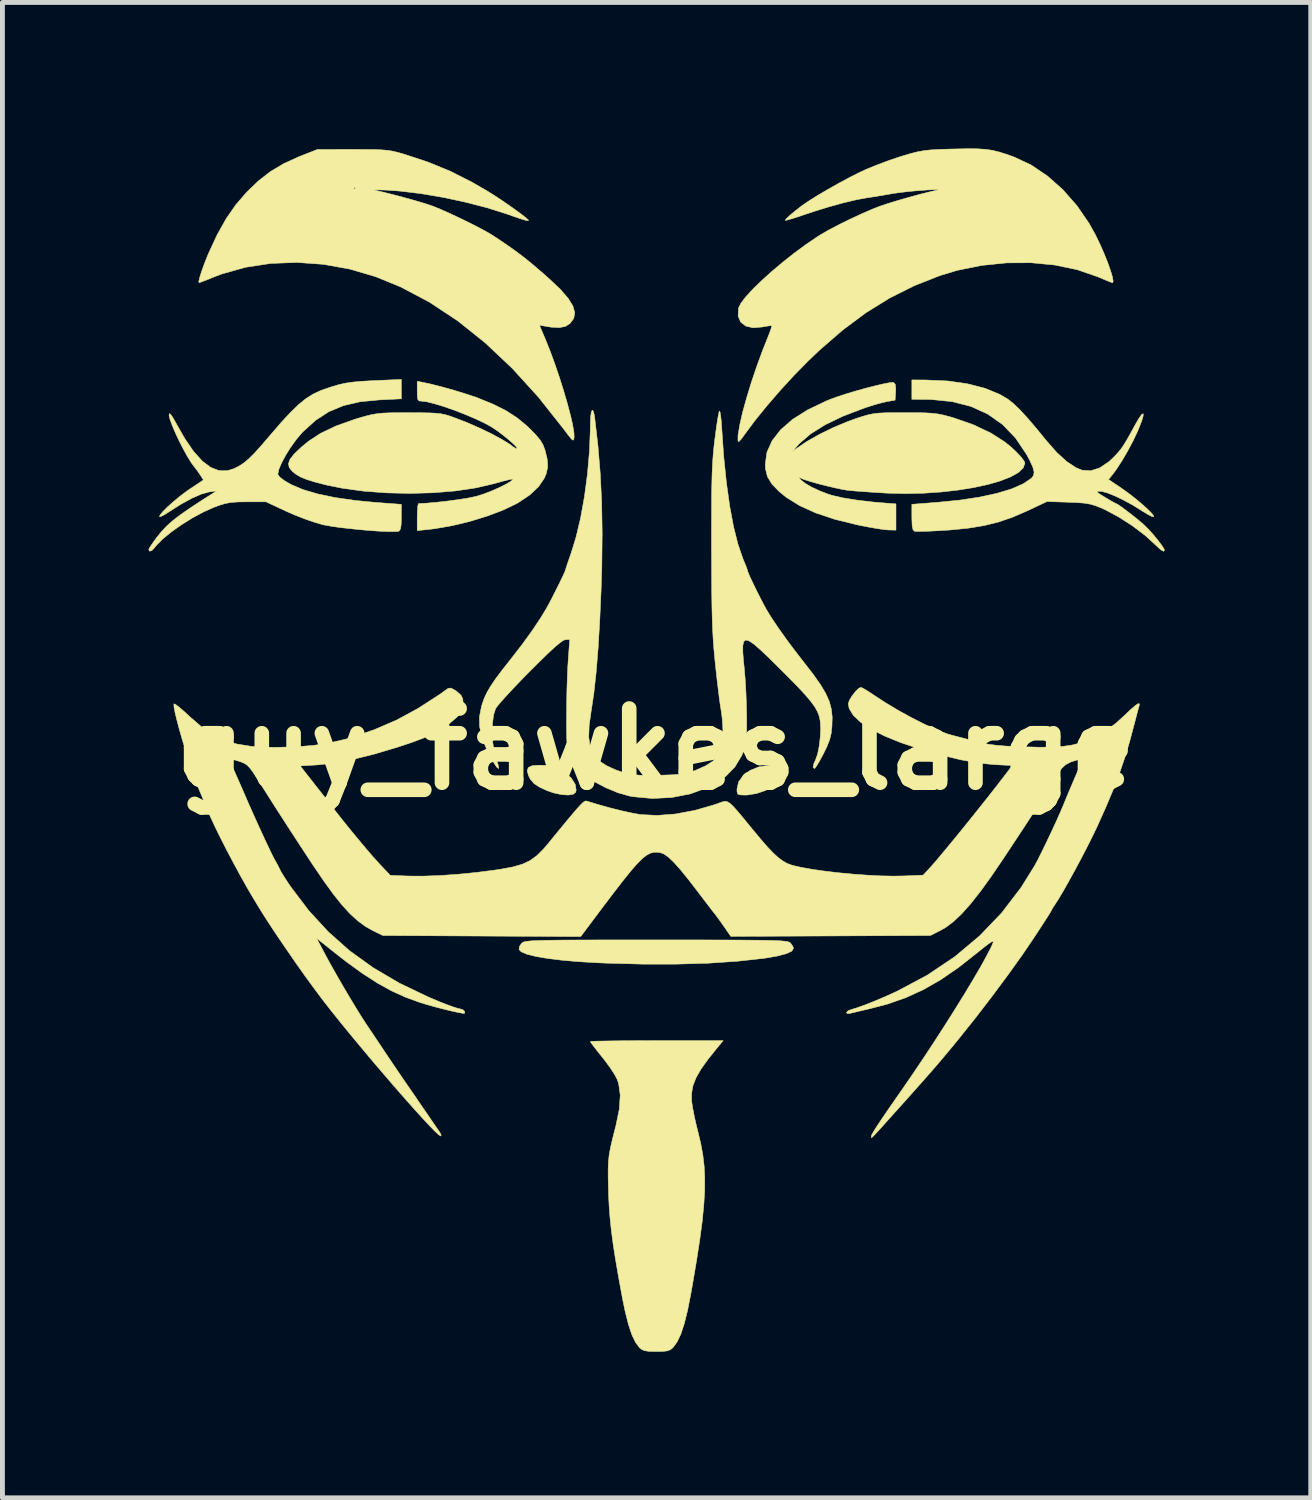
<source format=kicad_pcb>
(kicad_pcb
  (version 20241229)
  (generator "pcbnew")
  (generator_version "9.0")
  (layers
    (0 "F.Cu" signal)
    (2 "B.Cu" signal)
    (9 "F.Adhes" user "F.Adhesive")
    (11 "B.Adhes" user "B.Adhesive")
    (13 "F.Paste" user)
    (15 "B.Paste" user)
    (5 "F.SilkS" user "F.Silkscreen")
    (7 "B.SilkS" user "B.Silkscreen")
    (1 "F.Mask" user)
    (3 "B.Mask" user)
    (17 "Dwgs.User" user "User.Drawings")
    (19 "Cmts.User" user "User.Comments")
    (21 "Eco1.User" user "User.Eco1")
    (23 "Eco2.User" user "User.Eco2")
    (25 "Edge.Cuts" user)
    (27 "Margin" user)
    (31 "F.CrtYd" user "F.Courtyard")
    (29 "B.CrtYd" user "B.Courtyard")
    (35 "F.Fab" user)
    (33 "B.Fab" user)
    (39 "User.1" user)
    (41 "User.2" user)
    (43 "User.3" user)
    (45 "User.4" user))
  (footprint "guy_fawkes_large"
    (layer "F.Cu")
    (at 10.419 12.338)
    (property "Reference" "guy_fawkes_large" (at 0 0 0) (layer "F.SilkS") (effects (font (size 1.524 1.524) (thickness 0.3))))
    (attr through_hole)
    (fp_poly (pts (xy -2.304 0.332) (xy -2.156 0.344) (xy -2.05 0.369) (xy -1.955 0.415) (xy -1.868 0.474) (xy -1.734 0.595) (xy -1.654 0.721) (xy -1.634 0.841) (xy -1.645 0.887) (xy -1.697 0.928) (xy -1.8 0.943) (xy -1.937 0.933) (xy -2.092 0.9) (xy -2.226 0.855) (xy -2.39 0.779) (xy -2.501 0.705) (xy -2.574 0.62) (xy -2.614 0.542) (xy -2.64 0.443) (xy -2.617 0.377) (xy -2.54 0.341) (xy -2.401 0.33) (xy -2.304 0.332)) (stroke (width 0.01) (type solid)) (fill yes) (layer "F.SilkS"))
    (fp_poly (pts (xy 2.401 0.334) (xy 2.526 0.342) (xy 2.596 0.355) (xy 2.628 0.383) (xy 2.641 0.433) (xy 2.642 0.448) (xy 2.621 0.556) (xy 2.54 0.664) (xy 2.413 0.765) (xy 2.252 0.85) (xy 2.072 0.911) (xy 1.884 0.942) (xy 1.828 0.943) (xy 1.73 0.94) (xy 1.683 0.921) (xy 1.67 0.87) (xy 1.669 0.819) (xy 1.703 0.672) (xy 1.797 0.541) (xy 1.94 0.436) (xy 2.119 0.364) (xy 2.323 0.333) (xy 2.401 0.334)) (stroke (width 0.01) (type solid)) (fill yes) (layer "F.SilkS"))
    (fp_poly (pts (xy 0.52 3.919) (xy 0.96 3.919) (xy 1.337 3.92) (xy 1.657 3.921) (xy 1.923 3.923) (xy 2.142 3.925) (xy 2.318 3.928) (xy 2.457 3.932) (xy 2.562 3.937) (xy 2.639 3.944) (xy 2.693 3.951) (xy 2.73 3.96) (xy 2.753 3.971) (xy 2.768 3.983) (xy 2.77 3.985) (xy 2.817 4.052) (xy 2.83 4.093) (xy 2.794 4.149) (xy 2.686 4.2) (xy 2.506 4.248) (xy 2.256 4.292) (xy 2.21 4.298) (xy 1.673 4.357) (xy 1.074 4.397) (xy 0.422 4.416) (xy -0.275 4.416) (xy -1.009 4.396) (xy -1.197 4.388) (xy -1.586 4.365) (xy -1.93 4.335) (xy -2.224 4.299) (xy -2.463 4.258) (xy -2.644 4.213) (xy -2.761 4.164) (xy -2.807 4.118) (xy -2.8 4.054) (xy -2.757 3.991) (xy -2.742 3.977) (xy -2.722 3.965) (xy -2.692 3.955) (xy -2.648 3.947) (xy -2.584 3.94) (xy -2.496 3.934) (xy -2.378 3.93) (xy -2.225 3.926) (xy -2.032 3.923) (xy -1.795 3.921) (xy -1.508 3.92) (xy -1.167 3.919) (xy -0.766 3.919) (xy -0.301 3.919) (xy 0.013 3.919) (xy 0.52 3.919)) (stroke (width 0.01) (type solid)) (fill yes) (layer "F.SilkS"))
    (fp_poly (pts (xy 1.272 6.123) (xy 1.077 6.367) (xy 0.93 6.572) (xy 0.828 6.75) (xy 0.765 6.912) (xy 0.737 7.066) (xy 0.738 7.225) (xy 0.739 7.239) (xy 0.758 7.365) (xy 0.791 7.536) (xy 0.834 7.727) (xy 0.871 7.874) (xy 0.926 8.106) (xy 0.968 8.335) (xy 0.995 8.568) (xy 1.007 8.814) (xy 1.005 9.081) (xy 0.987 9.375) (xy 0.954 9.706) (xy 0.904 10.081) (xy 0.838 10.508) (xy 0.756 10.994) (xy 0.72 11.194) (xy 0.654 11.531) (xy 0.586 11.802) (xy 0.516 12.015) (xy 0.44 12.175) (xy 0.356 12.29) (xy 0.354 12.292) (xy 0.303 12.335) (xy 0.239 12.36) (xy 0.141 12.371) (xy 0.012 12.373) (xy -0.135 12.37) (xy -0.23 12.356) (xy -0.294 12.328) (xy -0.33 12.297) (xy -0.414 12.187) (xy -0.49 12.029) (xy -0.561 11.815) (xy -0.63 11.54) (xy -0.686 11.267) (xy -0.763 10.848) (xy -0.825 10.487) (xy -0.874 10.173) (xy -0.911 9.893) (xy -0.938 9.636) (xy -0.957 9.389) (xy -0.969 9.14) (xy -0.971 9.049) (xy -0.977 8.811) (xy -0.977 8.625) (xy -0.971 8.47) (xy -0.955 8.326) (xy -0.927 8.174) (xy -0.885 7.995) (xy -0.827 7.768) (xy -0.817 7.729) (xy -0.748 7.394) (xy -0.729 7.108) (xy -0.761 6.872) (xy -0.795 6.776) (xy -0.848 6.678) (xy -0.934 6.546) (xy -1.04 6.401) (xy -1.103 6.321) (xy -1.202 6.198) (xy -1.281 6.096) (xy -1.331 6.028) (xy -1.343 6.007) (xy -1.308 6.002) (xy -1.208 5.998) (xy -1.052 5.995) (xy -0.847 5.992) (xy -0.6 5.989) (xy -0.322 5.988) (xy -0.017 5.987) (xy 0.022 5.987) (xy 1.386 5.987) (xy 1.272 6.123)) (stroke (width 0.01) (type solid)) (fill yes) (layer "F.SilkS"))
    (fp_poly (pts (xy 4.886 -7.532) (xy 4.92 -7.494) (xy 4.93 -7.407) (xy 4.928 -7.34) (xy 4.917 -7.168) (xy 4.758 -7.141) (xy 4.649 -7.117) (xy 4.499 -7.075) (xy 4.336 -7.024) (xy 4.286 -7.007) (xy 3.848 -6.84) (xy 3.479 -6.663) (xy 3.179 -6.474) (xy 2.949 -6.276) (xy 2.885 -6.203) (xy 2.812 -6.114) (xy 2.885 -6.17) (xy 3.097 -6.316) (xy 3.36 -6.465) (xy 3.652 -6.608) (xy 3.953 -6.733) (xy 4.128 -6.796) (xy 4.259 -6.838) (xy 4.367 -6.869) (xy 4.467 -6.889) (xy 4.577 -6.902) (xy 4.711 -6.909) (xy 4.886 -6.912) (xy 5.116 -6.912) (xy 5.352 -6.912) (xy 5.532 -6.908) (xy 5.673 -6.9) (xy 5.791 -6.886) (xy 5.903 -6.864) (xy 6.026 -6.832) (xy 6.114 -6.807) (xy 6.521 -6.665) (xy 6.884 -6.493) (xy 7.165 -6.314) (xy 7.289 -6.215) (xy 7.406 -6.106) (xy 7.503 -6.003) (xy 7.566 -5.919) (xy 7.584 -5.875) (xy 7.549 -5.776) (xy 7.448 -5.681) (xy 7.289 -5.592) (xy 7.079 -5.51) (xy 6.824 -5.436) (xy 6.532 -5.373) (xy 6.21 -5.321) (xy 5.864 -5.282) (xy 5.503 -5.257) (xy 5.132 -5.249) (xy 4.759 -5.258) (xy 4.673 -5.263) (xy 4.464 -5.276) (xy 4.268 -5.29) (xy 4.101 -5.302) (xy 3.981 -5.313) (xy 3.951 -5.316) (xy 3.837 -5.334) (xy 3.683 -5.367) (xy 3.508 -5.408) (xy 3.332 -5.453) (xy 3.174 -5.498) (xy 3.053 -5.536) (xy 2.995 -5.56) (xy 2.945 -5.584) (xy 2.949 -5.568) (xy 2.982 -5.53) (xy 3.068 -5.461) (xy 3.203 -5.382) (xy 3.368 -5.305) (xy 3.543 -5.238) (xy 3.629 -5.211) (xy 3.848 -5.161) (xy 4.127 -5.116) (xy 4.455 -5.077) (xy 4.654 -5.06) (xy 4.935 -5.038) (xy 4.935 -4.499) (xy 4.781 -4.502) (xy 4.687 -4.51) (xy 4.542 -4.532) (xy 4.363 -4.563) (xy 4.169 -4.601) (xy 4.137 -4.608) (xy 3.681 -4.72) (xy 3.29 -4.85) (xy 2.959 -5) (xy 2.682 -5.172) (xy 2.534 -5.292) (xy 2.385 -5.447) (xy 2.294 -5.598) (xy 2.254 -5.763) (xy 2.25 -5.853) (xy 2.285 -6.1) (xy 2.392 -6.337) (xy 2.567 -6.562) (xy 2.81 -6.773) (xy 3.119 -6.968) (xy 3.493 -7.147) (xy 3.602 -7.192) (xy 3.747 -7.244) (xy 3.923 -7.301) (xy 4.117 -7.359) (xy 4.315 -7.414) (xy 4.503 -7.462) (xy 4.668 -7.501) (xy 4.796 -7.526) (xy 4.873 -7.534) (xy 4.886 -7.532)) (stroke (width 0.01) (type solid)) (fill yes) (layer "F.SilkS"))
    (fp_poly (pts (xy -4.781 -7.534) (xy -4.603 -7.495) (xy -4.383 -7.439) (xy -4.144 -7.372) (xy -3.913 -7.301) (xy -3.712 -7.235) (xy -3.647 -7.211) (xy -3.332 -7.082) (xy -3.073 -6.951) (xy -2.852 -6.809) (xy -2.655 -6.647) (xy -2.59 -6.586) (xy -2.46 -6.453) (xy -2.372 -6.347) (xy -2.315 -6.251) (xy -2.275 -6.145) (xy -2.272 -6.135) (xy -2.227 -5.947) (xy -2.219 -5.797) (xy -2.249 -5.658) (xy -2.289 -5.563) (xy -2.408 -5.389) (xy -2.591 -5.218) (xy -2.83 -5.059) (xy -2.867 -5.039) (xy -3.141 -4.908) (xy -3.466 -4.786) (xy -3.821 -4.677) (xy -4.184 -4.59) (xy -4.533 -4.529) (xy -4.654 -4.514) (xy -4.899 -4.489) (xy -4.899 -4.767) (xy -4.895 -4.898) (xy -4.887 -4.996) (xy -4.874 -5.043) (xy -4.871 -5.044) (xy -4.7 -5.053) (xy -4.49 -5.072) (xy -4.262 -5.098) (xy -4.039 -5.128) (xy -3.843 -5.16) (xy -3.695 -5.191) (xy -3.685 -5.193) (xy -3.539 -5.239) (xy -3.379 -5.3) (xy -3.22 -5.37) (xy -3.08 -5.439) (xy -2.975 -5.501) (xy -2.925 -5.546) (xy -2.95 -5.547) (xy -3.032 -5.531) (xy -3.159 -5.499) (xy -3.317 -5.455) (xy -3.331 -5.451) (xy -3.697 -5.366) (xy -4.116 -5.304) (xy -4.571 -5.266) (xy -5.046 -5.253) (xy -5.526 -5.264) (xy -5.995 -5.299) (xy -6.436 -5.359) (xy -6.767 -5.426) (xy -6.996 -5.485) (xy -7.167 -5.538) (xy -7.296 -5.591) (xy -7.395 -5.65) (xy -7.466 -5.707) (xy -7.528 -5.784) (xy -7.544 -5.864) (xy -7.511 -5.956) (xy -7.425 -6.065) (xy -7.284 -6.199) (xy -7.13 -6.326) (xy -6.886 -6.486) (xy -6.575 -6.635) (xy -6.198 -6.77) (xy -6.078 -6.807) (xy -5.943 -6.845) (xy -5.828 -6.873) (xy -5.719 -6.891) (xy -5.598 -6.903) (xy -5.45 -6.909) (xy -5.258 -6.911) (xy -5.062 -6.911) (xy -4.828 -6.91) (xy -4.651 -6.907) (xy -4.518 -6.9) (xy -4.413 -6.889) (xy -4.321 -6.87) (xy -4.228 -6.842) (xy -4.12 -6.803) (xy -4.1 -6.796) (xy -3.851 -6.698) (xy -3.601 -6.588) (xy -3.366 -6.474) (xy -3.162 -6.364) (xy -3.001 -6.265) (xy -2.93 -6.211) (xy -2.873 -6.176) (xy -2.846 -6.177) (xy -2.862 -6.208) (xy -2.923 -6.27) (xy -3.016 -6.353) (xy -3.128 -6.444) (xy -3.246 -6.533) (xy -3.356 -6.608) (xy -3.356 -6.609) (xy -3.504 -6.691) (xy -3.693 -6.781) (xy -3.906 -6.872) (xy -4.13 -6.959) (xy -4.349 -7.036) (xy -4.547 -7.096) (xy -4.709 -7.136) (xy -4.813 -7.148) (xy -4.861 -7.154) (xy -4.887 -7.183) (xy -4.897 -7.252) (xy -4.899 -7.352) (xy -4.899 -7.556) (xy -4.781 -7.534)) (stroke (width 0.01) (type solid)) (fill yes) (layer "F.SilkS"))
    (fp_poly (pts (xy -5.972 -12.318) (xy -5.78 -12.316) (xy -5.631 -12.31) (xy -5.512 -12.3) (xy -5.409 -12.284) (xy -5.307 -12.26) (xy -5.191 -12.228) (xy -5.153 -12.216) (xy -4.667 -12.055) (xy -4.22 -11.871) (xy -3.782 -11.65) (xy -3.466 -11.468) (xy -3.327 -11.381) (xy -3.173 -11.28) (xy -3.018 -11.174) (xy -2.873 -11.071) (xy -2.75 -10.98) (xy -2.66 -10.909) (xy -2.615 -10.867) (xy -2.613 -10.861) (xy -2.626 -10.855) (xy -2.672 -10.863) (xy -2.759 -10.889) (xy -2.898 -10.936) (xy -3.066 -10.995) (xy -3.462 -11.12) (xy -3.903 -11.234) (xy -4.363 -11.333) (xy -4.822 -11.411) (xy -5.254 -11.463) (xy -5.515 -11.482) (xy -5.651 -11.487) (xy -5.743 -11.488) (xy -5.781 -11.485) (xy -5.769 -11.48) (xy -5.601 -11.442) (xy -5.397 -11.391) (xy -5.178 -11.333) (xy -4.962 -11.273) (xy -4.769 -11.216) (xy -4.619 -11.168) (xy -4.572 -11.151) (xy -4.415 -11.087) (xy -4.223 -11.001) (xy -4.012 -10.902) (xy -3.8 -10.798) (xy -3.605 -10.698) (xy -3.444 -10.61) (xy -3.347 -10.552) (xy -3.096 -10.384) (xy -2.887 -10.237) (xy -2.699 -10.096) (xy -2.513 -9.944) (xy -2.307 -9.767) (xy -2.181 -9.655) (xy -1.958 -9.444) (xy -1.799 -9.26) (xy -1.701 -9.102) (xy -1.663 -8.966) (xy -1.684 -8.847) (xy -1.76 -8.745) (xy -1.855 -8.683) (xy -1.981 -8.658) (xy -2.151 -8.668) (xy -2.237 -8.682) (xy -2.388 -8.708) (xy -2.262 -8.409) (xy -2.166 -8.168) (xy -2.07 -7.906) (xy -1.977 -7.632) (xy -1.891 -7.36) (xy -1.815 -7.099) (xy -1.752 -6.862) (xy -1.706 -6.66) (xy -1.68 -6.503) (xy -1.676 -6.412) (xy -1.683 -6.363) (xy -1.698 -6.346) (xy -1.728 -6.366) (xy -1.782 -6.432) (xy -1.87 -6.548) (xy -1.887 -6.571) (xy -2.408 -7.229) (xy -2.945 -7.82) (xy -3.498 -8.342) (xy -4.065 -8.796) (xy -4.646 -9.18) (xy -5.239 -9.494) (xy -5.751 -9.704) (xy -6.281 -9.86) (xy -6.824 -9.958) (xy -7.369 -9.997) (xy -7.906 -9.977) (xy -8.424 -9.898) (xy -8.914 -9.76) (xy -9.056 -9.706) (xy -9.193 -9.651) (xy -9.303 -9.608) (xy -9.369 -9.583) (xy -9.381 -9.579) (xy -9.385 -9.611) (xy -9.365 -9.695) (xy -9.326 -9.818) (xy -9.273 -9.967) (xy -9.21 -10.126) (xy -9.188 -10.178) (xy -9.008 -10.567) (xy -8.823 -10.897) (xy -8.626 -11.181) (xy -8.411 -11.431) (xy -8.318 -11.521) (xy -6.205 -11.521) (xy -6.187 -11.503) (xy -6.169 -11.521) (xy -6.187 -11.539) (xy -6.205 -11.521) (xy -8.318 -11.521) (xy -8.162 -11.671) (xy -7.915 -11.864) (xy -7.647 -12.024) (xy -7.334 -12.167) (xy -7.251 -12.2) (xy -6.949 -12.318) (xy -6.223 -12.319) (xy -5.972 -12.318)) (stroke (width 0.01) (type solid)) (fill yes) (layer "F.SilkS"))
    (fp_poly (pts (xy 5.543 -7.583) (xy 5.99 -7.563) (xy 6.398 -7.506) (xy 6.76 -7.413) (xy 7.067 -7.287) (xy 7.235 -7.188) (xy 7.347 -7.099) (xy 7.479 -6.972) (xy 7.636 -6.802) (xy 7.824 -6.582) (xy 8.028 -6.332) (xy 8.24 -6.091) (xy 8.444 -5.906) (xy 8.634 -5.78) (xy 8.759 -5.73) (xy 8.935 -5.719) (xy 9.12 -5.777) (xy 9.309 -5.905) (xy 9.407 -5.997) (xy 9.484 -6.078) (xy 9.547 -6.153) (xy 9.607 -6.238) (xy 9.674 -6.347) (xy 9.757 -6.494) (xy 9.842 -6.651) (xy 9.926 -6.796) (xy 9.983 -6.875) (xy 10.012 -6.891) (xy 10.013 -6.848) (xy 9.984 -6.747) (xy 9.924 -6.591) (xy 9.897 -6.527) (xy 9.803 -6.328) (xy 9.69 -6.116) (xy 9.57 -5.912) (xy 9.457 -5.739) (xy 9.387 -5.645) (xy 9.301 -5.539) (xy 9.564 -5.361) (xy 9.707 -5.26) (xy 9.851 -5.148) (xy 9.985 -5.036) (xy 10.1 -4.933) (xy 10.184 -4.848) (xy 10.227 -4.791) (xy 10.228 -4.774) (xy 10.189 -4.781) (xy 10.108 -4.822) (xy 10 -4.887) (xy 9.982 -4.899) (xy 9.801 -5.012) (xy 9.612 -5.115) (xy 9.432 -5.201) (xy 9.275 -5.264) (xy 9.158 -5.295) (xy 9.129 -5.298) (xy 9.077 -5.295) (xy 9.068 -5.281) (xy 9.107 -5.248) (xy 9.202 -5.189) (xy 9.232 -5.171) (xy 9.34 -5.107) (xy 9.421 -5.061) (xy 9.458 -5.044) (xy 9.458 -5.044) (xy 9.498 -5.022) (xy 9.579 -4.966) (xy 9.686 -4.886) (xy 9.805 -4.794) (xy 9.92 -4.701) (xy 10.018 -4.618) (xy 10.043 -4.595) (xy 10.13 -4.507) (xy 10.227 -4.399) (xy 10.319 -4.286) (xy 10.395 -4.185) (xy 10.442 -4.111) (xy 10.45 -4.086) (xy 10.43 -4.064) (xy 10.37 -4.098) (xy 10.275 -4.186) (xy 10.267 -4.194) (xy 10.057 -4.387) (xy 9.801 -4.581) (xy 9.522 -4.762) (xy 9.243 -4.912) (xy 9.144 -4.957) (xy 9.029 -5.002) (xy 8.923 -5.033) (xy 8.803 -5.053) (xy 8.651 -5.065) (xy 8.473 -5.072) (xy 8.037 -5.086) (xy 7.638 -4.898) (xy 7.334 -4.766) (xy 7.041 -4.665) (xy 6.739 -4.591) (xy 6.408 -4.537) (xy 6.028 -4.5) (xy 5.959 -4.496) (xy 5.756 -4.484) (xy 5.577 -4.475) (xy 5.434 -4.472) (xy 5.342 -4.473) (xy 5.315 -4.477) (xy 5.285 -4.508) (xy 5.268 -4.583) (xy 5.262 -4.714) (xy 5.261 -4.763) (xy 5.261 -5.029) (xy 5.797 -5.071) (xy 6.25 -5.116) (xy 6.657 -5.178) (xy 7.013 -5.256) (xy 7.313 -5.347) (xy 7.551 -5.452) (xy 7.716 -5.563) (xy 7.761 -5.62) (xy 7.772 -5.693) (xy 7.746 -5.794) (xy 7.681 -5.935) (xy 7.617 -6.054) (xy 7.392 -6.389) (xy 7.128 -6.665) (xy 6.823 -6.881) (xy 6.476 -7.039) (xy 6.086 -7.139) (xy 5.651 -7.182) (xy 5.543 -7.184) (xy 5.261 -7.185) (xy 5.261 -7.584) (xy 5.543 -7.583)) (stroke (width 0.01) (type solid)) (fill yes) (layer "F.SilkS"))
    (fp_poly (pts (xy -5.225 -7.196) (xy -5.691 -7.173) (xy -6.079 -7.135) (xy -6.416 -7.056) (xy -6.713 -6.932) (xy -6.985 -6.756) (xy -7.242 -6.524) (xy -7.27 -6.495) (xy -7.384 -6.36) (xy -7.497 -6.203) (xy -7.599 -6.04) (xy -7.683 -5.884) (xy -7.74 -5.751) (xy -7.761 -5.655) (xy -7.76 -5.638) (xy -7.719 -5.584) (xy -7.621 -5.511) (xy -7.486 -5.433) (xy -7.247 -5.332) (xy -6.942 -5.242) (xy -6.582 -5.167) (xy -6.171 -5.108) (xy -5.779 -5.07) (xy -5.225 -5.028) (xy -5.225 -4.763) (xy -5.229 -4.615) (xy -5.242 -4.526) (xy -5.267 -4.483) (xy -5.28 -4.476) (xy -5.348 -4.468) (xy -5.474 -4.468) (xy -5.644 -4.475) (xy -5.844 -4.488) (xy -6.061 -4.507) (xy -6.28 -4.529) (xy -6.488 -4.553) (xy -6.67 -4.579) (xy -6.814 -4.605) (xy -6.84 -4.611) (xy -7.009 -4.66) (xy -7.214 -4.731) (xy -7.427 -4.815) (xy -7.586 -4.884) (xy -8.005 -5.08) (xy -8.394 -5.08) (xy -8.58 -5.078) (xy -8.719 -5.068) (xy -8.837 -5.047) (xy -8.96 -5.01) (xy -9.082 -4.965) (xy -9.291 -4.871) (xy -9.516 -4.75) (xy -9.74 -4.61) (xy -9.948 -4.463) (xy -10.125 -4.319) (xy -10.255 -4.188) (xy -10.29 -4.143) (xy -10.348 -4.082) (xy -10.395 -4.065) (xy -10.414 -4.097) (xy -10.394 -4.14) (xy -10.34 -4.223) (xy -10.264 -4.329) (xy -10.254 -4.342) (xy -10.154 -4.466) (xy -10.047 -4.581) (xy -9.921 -4.693) (xy -9.765 -4.813) (xy -9.57 -4.949) (xy -9.324 -5.11) (xy -9.271 -5.144) (xy -9.017 -5.305) (xy -9.178 -5.282) (xy -9.333 -5.239) (xy -9.529 -5.153) (xy -9.756 -5.029) (xy -9.979 -4.887) (xy -10.081 -4.822) (xy -10.158 -4.781) (xy -10.192 -4.773) (xy -10.181 -4.81) (xy -10.123 -4.88) (xy -10.03 -4.973) (xy -9.911 -5.079) (xy -9.779 -5.189) (xy -9.645 -5.291) (xy -9.571 -5.342) (xy -9.29 -5.529) (xy -9.349 -5.622) (xy -9.415 -5.718) (xy -9.469 -5.788) (xy -9.542 -5.886) (xy -9.623 -6.018) (xy -9.708 -6.172) (xy -9.792 -6.337) (xy -9.868 -6.5) (xy -9.931 -6.649) (xy -9.976 -6.772) (xy -9.997 -6.858) (xy -9.987 -6.894) (xy -9.984 -6.894) (xy -9.955 -6.865) (xy -9.906 -6.789) (xy -9.869 -6.723) (xy -9.677 -6.385) (xy -9.494 -6.117) (xy -9.315 -5.918) (xy -9.141 -5.787) (xy -8.969 -5.721) (xy -8.796 -5.72) (xy -8.665 -5.761) (xy -8.562 -5.812) (xy -8.465 -5.876) (xy -8.363 -5.96) (xy -8.248 -6.074) (xy -8.109 -6.227) (xy -7.937 -6.428) (xy -7.91 -6.459) (xy -7.689 -6.716) (xy -7.499 -6.92) (xy -7.334 -7.08) (xy -7.184 -7.201) (xy -7.04 -7.292) (xy -6.895 -7.36) (xy -6.848 -7.378) (xy -6.666 -7.441) (xy -6.514 -7.486) (xy -6.372 -7.518) (xy -6.22 -7.54) (xy -6.039 -7.556) (xy -5.809 -7.569) (xy -5.76 -7.571) (xy -5.225 -7.595) (xy -5.225 -7.196)) (stroke (width 0.01) (type solid)) (fill yes) (layer "F.SilkS"))
    (fp_poly (pts (xy 6.599 -12.332) (xy 6.767 -12.321) (xy 6.914 -12.3) (xy 7.058 -12.265) (xy 7.217 -12.215) (xy 7.366 -12.161) (xy 7.711 -11.999) (xy 8.046 -11.773) (xy 8.363 -11.492) (xy 8.652 -11.163) (xy 8.904 -10.796) (xy 9.035 -10.559) (xy 9.127 -10.368) (xy 9.212 -10.175) (xy 9.285 -9.992) (xy 9.342 -9.83) (xy 9.381 -9.7) (xy 9.396 -9.613) (xy 9.384 -9.579) (xy 9.383 -9.579) (xy 9.345 -9.593) (xy 9.257 -9.628) (xy 9.134 -9.68) (xy 9.078 -9.703) (xy 8.658 -9.848) (xy 8.197 -9.944) (xy 7.707 -9.991) (xy 7.202 -9.988) (xy 6.694 -9.936) (xy 6.195 -9.835) (xy 5.835 -9.726) (xy 5.308 -9.518) (xy 4.805 -9.266) (xy 4.319 -8.965) (xy 3.84 -8.608) (xy 3.358 -8.19) (xy 3.126 -7.968) (xy 2.843 -7.68) (xy 2.559 -7.371) (xy 2.288 -7.057) (xy 2.043 -6.756) (xy 1.84 -6.483) (xy 1.83 -6.469) (xy 1.766 -6.381) (xy 1.716 -6.326) (xy 1.7 -6.314) (xy 1.689 -6.346) (xy 1.69 -6.426) (xy 1.694 -6.468) (xy 1.728 -6.671) (xy 1.787 -6.926) (xy 1.868 -7.218) (xy 1.964 -7.533) (xy 2.073 -7.856) (xy 2.189 -8.174) (xy 2.285 -8.415) (xy 2.335 -8.541) (xy 2.37 -8.639) (xy 2.383 -8.692) (xy 2.383 -8.697) (xy 2.343 -8.697) (xy 2.255 -8.684) (xy 2.186 -8.671) (xy 1.999 -8.655) (xy 1.849 -8.691) (xy 1.745 -8.772) (xy 1.693 -8.894) (xy 1.7 -9.05) (xy 1.705 -9.071) (xy 1.755 -9.167) (xy 1.856 -9.298) (xy 2.001 -9.454) (xy 2.181 -9.629) (xy 2.387 -9.815) (xy 2.613 -10.005) (xy 2.848 -10.191) (xy 3.086 -10.366) (xy 3.317 -10.523) (xy 3.383 -10.565) (xy 3.548 -10.66) (xy 3.759 -10.771) (xy 3.994 -10.887) (xy 4.232 -10.997) (xy 4.45 -11.092) (xy 4.582 -11.144) (xy 4.749 -11.201) (xy 4.965 -11.267) (xy 5.203 -11.336) (xy 5.442 -11.401) (xy 5.658 -11.455) (xy 5.769 -11.48) (xy 5.804 -11.491) (xy 5.778 -11.495) (xy 5.704 -11.493) (xy 5.592 -11.487) (xy 5.456 -11.477) (xy 5.307 -11.465) (xy 5.156 -11.45) (xy 5.016 -11.433) (xy 4.898 -11.417) (xy 4.862 -11.411) (xy 4.683 -11.38) (xy 4.497 -11.349) (xy 4.34 -11.325) (xy 4.325 -11.323) (xy 4.112 -11.283) (xy 3.851 -11.221) (xy 3.559 -11.14) (xy 3.253 -11.046) (xy 3.034 -10.973) (xy 2.885 -10.922) (xy 2.763 -10.885) (xy 2.684 -10.864) (xy 2.661 -10.862) (xy 2.678 -10.892) (xy 2.746 -10.956) (xy 2.854 -11.047) (xy 2.995 -11.157) (xy 3.001 -11.162) (xy 3.137 -11.255) (xy 3.321 -11.371) (xy 3.535 -11.497) (xy 3.764 -11.626) (xy 3.989 -11.747) (xy 4.194 -11.85) (xy 4.321 -11.909) (xy 4.529 -11.994) (xy 4.768 -12.084) (xy 5 -12.163) (xy 5.098 -12.193) (xy 5.251 -12.238) (xy 5.379 -12.27) (xy 5.502 -12.292) (xy 5.635 -12.308) (xy 5.797 -12.318) (xy 6.005 -12.325) (xy 6.133 -12.328) (xy 6.393 -12.333) (xy 6.599 -12.332)) (stroke (width 0.01) (type solid)) (fill yes) (layer "F.SilkS"))
    (fp_poly (pts (xy -1.283 -6.946) (xy -1.261 -6.861) (xy -1.254 -6.813) (xy -1.187 -6.234) (xy -1.139 -5.654) (xy -1.11 -5.058) (xy -1.1 -4.43) (xy -1.107 -3.757) (xy -1.122 -3.266) (xy -1.15 -2.635) (xy -1.183 -2.075) (xy -1.223 -1.584) (xy -1.269 -1.165) (xy -1.32 -0.817) (xy -1.324 -0.798) (xy -1.367 -0.493) (xy -1.376 -0.245) (xy -1.347 -0.047) (xy -1.28 0.111) (xy -1.172 0.235) (xy -1.02 0.333) (xy -1.016 0.336) (xy -0.838 0.419) (xy -0.678 0.478) (xy -0.518 0.515) (xy -0.337 0.535) (xy -0.118 0.54) (xy 0.084 0.536) (xy 0.308 0.528) (xy 0.475 0.517) (xy 0.603 0.499) (xy 0.709 0.474) (xy 0.804 0.441) (xy 1.028 0.341) (xy 1.188 0.237) (xy 1.294 0.116) (xy 1.356 -0.033) (xy 1.38 -0.221) (xy 1.382 -0.316) (xy 1.376 -0.487) (xy 1.362 -0.661) (xy 1.343 -0.798) (xy 1.327 -0.897) (xy 1.305 -1.053) (xy 1.281 -1.251) (xy 1.254 -1.476) (xy 1.228 -1.712) (xy 1.227 -1.724) (xy 1.208 -1.912) (xy 1.192 -2.092) (xy 1.179 -2.271) (xy 1.169 -2.461) (xy 1.161 -2.67) (xy 1.155 -2.909) (xy 1.151 -3.186) (xy 1.149 -3.512) (xy 1.147 -3.896) (xy 1.146 -4.118) (xy 1.146 -4.531) (xy 1.147 -4.879) (xy 1.148 -5.172) (xy 1.152 -5.419) (xy 1.157 -5.627) (xy 1.164 -5.807) (xy 1.174 -5.966) (xy 1.186 -6.113) (xy 1.201 -6.257) (xy 1.212 -6.35) (xy 1.238 -6.545) (xy 1.262 -6.715) (xy 1.284 -6.846) (xy 1.301 -6.926) (xy 1.308 -6.943) (xy 1.321 -6.922) (xy 1.335 -6.842) (xy 1.348 -6.716) (xy 1.357 -6.58) (xy 1.397 -6.004) (xy 1.452 -5.474) (xy 1.519 -4.995) (xy 1.598 -4.572) (xy 1.689 -4.21) (xy 1.79 -3.914) (xy 1.815 -3.854) (xy 1.857 -3.753) (xy 1.883 -3.679) (xy 1.887 -3.66) (xy 1.902 -3.616) (xy 1.944 -3.522) (xy 2.004 -3.395) (xy 2.075 -3.249) (xy 2.15 -3.101) (xy 2.221 -2.965) (xy 2.278 -2.861) (xy 2.377 -2.699) (xy 2.513 -2.497) (xy 2.674 -2.27) (xy 2.85 -2.034) (xy 3.029 -1.802) (xy 3.036 -1.794) (xy 3.232 -1.541) (xy 3.383 -1.328) (xy 3.492 -1.144) (xy 3.566 -0.979) (xy 3.608 -0.819) (xy 3.625 -0.655) (xy 3.62 -0.474) (xy 3.62 -0.467) (xy 3.603 -0.319) (xy 3.571 -0.189) (xy 3.515 -0.048) (xy 3.445 0.095) (xy 3.374 0.227) (xy 3.314 0.33) (xy 3.271 0.39) (xy 3.259 0.399) (xy 3.231 0.372) (xy 3.25 0.292) (xy 3.285 0.216) (xy 3.326 0.098) (xy 3.359 -0.066) (xy 3.38 -0.252) (xy 3.388 -0.433) (xy 3.378 -0.584) (xy 3.377 -0.588) (xy 3.357 -0.681) (xy 3.322 -0.772) (xy 3.266 -0.871) (xy 3.184 -0.983) (xy 3.07 -1.117) (xy 2.918 -1.281) (xy 2.722 -1.481) (xy 2.564 -1.639) (xy 2.338 -1.863) (xy 2.158 -2.034) (xy 2.019 -2.155) (xy 1.917 -2.224) (xy 1.848 -2.242) (xy 1.807 -2.209) (xy 1.789 -2.126) (xy 1.789 -1.993) (xy 1.803 -1.81) (xy 1.817 -1.679) (xy 1.837 -1.443) (xy 1.853 -1.168) (xy 1.864 -0.889) (xy 1.868 -0.639) (xy 1.868 -0.635) (xy 1.868 -0.423) (xy 1.864 -0.268) (xy 1.856 -0.153) (xy 1.841 -0.065) (xy 1.816 0.014) (xy 1.781 0.099) (xy 1.764 0.136) (xy 1.627 0.364) (xy 1.441 0.556) (xy 1.197 0.721) (xy 1.067 0.787) (xy 0.716 0.917) (xy 0.331 0.993) (xy -0.07 1.013) (xy -0.471 0.976) (xy -0.544 0.962) (xy -0.773 0.897) (xy -1.02 0.795) (xy -1.257 0.671) (xy -1.453 0.537) (xy -1.462 0.531) (xy -1.582 0.407) (xy -1.692 0.252) (xy -1.726 0.191) (xy -1.764 0.116) (xy -1.791 0.051) (xy -1.81 -0.018) (xy -1.822 -0.102) (xy -1.828 -0.214) (xy -1.831 -0.368) (xy -1.832 -0.576) (xy -1.831 -0.689) (xy -1.829 -0.944) (xy -1.824 -1.212) (xy -1.816 -1.471) (xy -1.806 -1.695) (xy -1.799 -1.805) (xy -1.767 -2.25) (xy -1.853 -2.25) (xy -1.898 -2.234) (xy -1.97 -2.183) (xy -2.075 -2.095) (xy -2.216 -1.964) (xy -2.398 -1.786) (xy -2.579 -1.606) (xy -2.76 -1.422) (xy -2.926 -1.248) (xy -3.07 -1.093) (xy -3.185 -0.965) (xy -3.261 -0.873) (xy -3.288 -0.835) (xy -3.329 -0.709) (xy -3.353 -0.535) (xy -3.358 -0.334) (xy -3.346 -0.127) (xy -3.316 0.066) (xy -3.275 0.209) (xy -3.24 0.311) (xy -3.225 0.38) (xy -3.231 0.399) (xy -3.267 0.368) (xy -3.322 0.286) (xy -3.388 0.17) (xy -3.456 0.035) (xy -3.517 -0.103) (xy -3.563 -0.226) (xy -3.571 -0.252) (xy -3.618 -0.466) (xy -3.621 -0.662) (xy -3.58 -0.873) (xy -3.562 -0.935) (xy -3.52 -1.052) (xy -3.465 -1.168) (xy -3.391 -1.294) (xy -3.291 -1.442) (xy -3.156 -1.622) (xy -2.981 -1.844) (xy -2.964 -1.865) (xy -2.741 -2.154) (xy -2.536 -2.437) (xy -2.361 -2.7) (xy -2.249 -2.885) (xy -2.192 -2.988) (xy -2.123 -3.12) (xy -2.049 -3.266) (xy -1.977 -3.411) (xy -1.915 -3.539) (xy -1.871 -3.636) (xy -1.851 -3.686) (xy -1.851 -3.688) (xy -1.839 -3.731) (xy -1.808 -3.825) (xy -1.764 -3.952) (xy -1.744 -4.006) (xy -1.638 -4.35) (xy -1.543 -4.749) (xy -1.464 -5.187) (xy -1.403 -5.646) (xy -1.362 -6.111) (xy -1.344 -6.565) (xy -1.343 -6.668) (xy -1.338 -6.82) (xy -1.324 -6.92) (xy -1.305 -6.964) (xy -1.283 -6.946)) (stroke (width 0.01) (type solid)) (fill yes) (layer "F.SilkS"))
    (fp_poly (pts (xy 4.257 -1.251) (xy 4.343 -1.2) (xy 4.454 -1.128) (xy 4.471 -1.116) (xy 4.718 -0.955) (xy 4.985 -0.795) (xy 5.258 -0.645) (xy 5.523 -0.511) (xy 5.765 -0.4) (xy 5.972 -0.319) (xy 6.077 -0.288) (xy 6.159 -0.267) (xy 6.289 -0.233) (xy 6.448 -0.191) (xy 6.55 -0.164) (xy 6.702 -0.127) (xy 6.846 -0.099) (xy 7 -0.079) (xy 7.18 -0.064) (xy 7.405 -0.053) (xy 7.566 -0.048) (xy 7.887 -0.04) (xy 8.15 -0.043) (xy 8.367 -0.057) (xy 8.552 -0.084) (xy 8.719 -0.127) (xy 8.88 -0.187) (xy 9.028 -0.256) (xy 9.252 -0.382) (xy 9.458 -0.537) (xy 9.609 -0.674) (xy 9.752 -0.81) (xy 9.851 -0.895) (xy 9.91 -0.935) (xy 9.935 -0.93) (xy 9.929 -0.886) (xy 9.927 -0.88) (xy 9.909 -0.816) (xy 9.879 -0.704) (xy 9.843 -0.564) (xy 9.833 -0.526) (xy 9.735 -0.158) (xy 9.634 0.178) (xy 9.524 0.502) (xy 9.398 0.831) (xy 9.249 1.185) (xy 9.071 1.582) (xy 9.064 1.597) (xy 8.972 1.789) (xy 8.861 2.01) (xy 8.738 2.247) (xy 8.61 2.487) (xy 8.484 2.715) (xy 8.369 2.919) (xy 8.27 3.084) (xy 8.197 3.198) (xy 8.196 3.199) (xy 8.149 3.27) (xy 8.128 3.311) (xy 8.128 3.312) (xy 8.109 3.347) (xy 8.057 3.431) (xy 7.977 3.555) (xy 7.877 3.709) (xy 7.796 3.833) (xy 7.536 4.217) (xy 7.237 4.635) (xy 6.914 5.07) (xy 6.58 5.505) (xy 6.247 5.922) (xy 6.209 5.969) (xy 6.086 6.119) (xy 5.976 6.251) (xy 5.872 6.375) (xy 5.767 6.499) (xy 5.652 6.631) (xy 5.52 6.781) (xy 5.364 6.957) (xy 5.176 7.168) (xy 4.948 7.422) (xy 4.903 7.472) (xy 4.74 7.654) (xy 4.619 7.789) (xy 4.533 7.883) (xy 4.478 7.941) (xy 4.446 7.972) (xy 4.431 7.98) (xy 4.427 7.972) (xy 4.427 7.955) (xy 4.427 7.953) (xy 4.439 7.919) (xy 4.477 7.852) (xy 4.543 7.747) (xy 4.642 7.598) (xy 4.775 7.403) (xy 4.946 7.156) (xy 5.053 7.003) (xy 5.273 6.683) (xy 5.498 6.349) (xy 5.722 6.009) (xy 5.941 5.67) (xy 6.15 5.339) (xy 6.345 5.024) (xy 6.52 4.733) (xy 6.672 4.473) (xy 6.795 4.251) (xy 6.886 4.074) (xy 6.933 3.967) (xy 6.928 3.946) (xy 6.879 3.969) (xy 6.783 4.038) (xy 6.637 4.155) (xy 6.613 4.175) (xy 6.222 4.483) (xy 5.854 4.736) (xy 5.496 4.941) (xy 5.134 5.106) (xy 4.753 5.239) (xy 4.383 5.335) (xy 4.229 5.371) (xy 4.097 5.402) (xy 4.006 5.424) (xy 3.982 5.43) (xy 3.93 5.428) (xy 3.919 5.41) (xy 3.95 5.375) (xy 4.019 5.348) (xy 4.135 5.313) (xy 4.299 5.254) (xy 4.495 5.176) (xy 4.705 5.087) (xy 4.914 4.993) (xy 4.971 4.966) (xy 5.587 4.637) (xy 6.147 4.26) (xy 6.654 3.835) (xy 7.107 3.362) (xy 7.506 2.84) (xy 7.784 2.393) (xy 7.849 2.272) (xy 7.934 2.102) (xy 8.032 1.9) (xy 8.133 1.686) (xy 8.23 1.477) (xy 8.313 1.29) (xy 8.375 1.144) (xy 8.383 1.125) (xy 8.428 1.015) (xy 8.49 0.866) (xy 8.559 0.704) (xy 8.58 0.653) (xy 8.661 0.467) (xy 8.716 0.338) (xy 8.747 0.257) (xy 8.755 0.214) (xy 8.743 0.2) (xy 8.713 0.205) (xy 8.665 0.219) (xy 8.661 0.221) (xy 8.52 0.266) (xy 8.419 0.32) (xy 8.337 0.397) (xy 8.254 0.516) (xy 8.209 0.591) (xy 8.13 0.721) (xy 8.046 0.859) (xy 7.951 1.011) (xy 7.839 1.185) (xy 7.707 1.388) (xy 7.549 1.63) (xy 7.36 1.917) (xy 7.157 2.224) (xy 6.903 2.598) (xy 6.677 2.912) (xy 6.474 3.17) (xy 6.29 3.377) (xy 6.121 3.538) (xy 5.963 3.658) (xy 5.854 3.721) (xy 5.642 3.828) (xy 3.592 3.837) (xy 1.542 3.846) (xy 1.415 3.661) (xy 1.332 3.543) (xy 1.253 3.435) (xy 1.211 3.38) (xy 1.158 3.313) (xy 1.074 3.203) (xy 0.971 3.068) (xy 0.873 2.939) (xy 0.673 2.68) (xy 0.508 2.476) (xy 0.372 2.324) (xy 0.261 2.218) (xy 0.17 2.154) (xy 0.099 2.127) (xy 0.023 2.117) (xy -0.048 2.12) (xy -0.119 2.14) (xy -0.196 2.184) (xy -0.283 2.255) (xy -0.385 2.357) (xy -0.507 2.497) (xy -0.654 2.679) (xy -0.831 2.907) (xy -1.043 3.186) (xy -1.179 3.367) (xy -1.541 3.85) (xy -3.574 3.839) (xy -5.606 3.828) (xy -5.806 3.73) (xy -5.965 3.64) (xy -6.12 3.526) (xy -6.277 3.383) (xy -6.442 3.203) (xy -6.621 2.98) (xy -6.818 2.708) (xy -7.042 2.379) (xy -7.115 2.268) (xy -7.312 1.967) (xy -7.477 1.714) (xy -7.619 1.495) (xy -7.746 1.298) (xy -7.867 1.109) (xy -7.99 0.915) (xy -8.085 0.765) (xy -8.196 0.589) (xy -8.279 0.464) (xy -8.343 0.38) (xy -8.398 0.325) (xy -8.454 0.29) (xy -8.521 0.262) (xy -8.557 0.25) (xy -8.659 0.22) (xy -8.728 0.211) (xy -8.745 0.219) (xy -8.731 0.268) (xy -8.695 0.36) (xy -8.658 0.444) (xy -8.598 0.579) (xy -8.526 0.743) (xy -8.462 0.889) (xy -8.362 1.121) (xy -8.255 1.36) (xy -8.149 1.595) (xy -8.048 1.814) (xy -7.958 2.006) (xy -7.884 2.16) (xy -7.832 2.262) (xy -7.818 2.286) (xy -7.763 2.384) (xy -7.723 2.465) (xy -7.718 2.477) (xy -7.688 2.533) (xy -7.626 2.633) (xy -7.544 2.759) (xy -7.488 2.84) (xy -7.123 3.321) (xy -6.725 3.753) (xy -6.287 4.142) (xy -5.802 4.491) (xy -5.264 4.807) (xy -4.665 5.094) (xy -4.444 5.187) (xy -4.29 5.248) (xy -4.156 5.296) (xy -4.06 5.327) (xy -4.022 5.334) (xy -3.962 5.352) (xy -3.923 5.392) (xy -3.925 5.425) (xy -3.967 5.425) (xy -4.063 5.408) (xy -4.2 5.378) (xy -4.363 5.338) (xy -4.537 5.293) (xy -4.707 5.245) (xy -4.844 5.203) (xy -5.139 5.096) (xy -5.427 4.965) (xy -5.72 4.803) (xy -6.028 4.604) (xy -6.363 4.361) (xy -6.637 4.146) (xy -6.966 3.884) (xy -6.779 4.237) (xy -6.683 4.414) (xy -6.563 4.626) (xy -6.431 4.856) (xy -6.294 5.088) (xy -6.163 5.305) (xy -6.047 5.493) (xy -5.956 5.634) (xy -5.951 5.642) (xy -5.892 5.729) (xy -5.805 5.858) (xy -5.701 6.014) (xy -5.591 6.178) (xy -5.586 6.187) (xy -5.46 6.374) (xy -5.324 6.575) (xy -5.196 6.764) (xy -5.106 6.894) (xy -4.984 7.071) (xy -4.848 7.27) (xy -4.721 7.455) (xy -4.687 7.504) (xy -4.594 7.64) (xy -4.512 7.76) (xy -4.452 7.847) (xy -4.432 7.876) (xy -4.406 7.929) (xy -4.418 7.947) (xy -4.46 7.919) (xy -4.543 7.842) (xy -4.661 7.72) (xy -4.809 7.56) (xy -4.983 7.368) (xy -5.177 7.149) (xy -5.386 6.91) (xy -5.604 6.656) (xy -5.828 6.393) (xy -6.05 6.128) (xy -6.267 5.867) (xy -6.473 5.615) (xy -6.663 5.378) (xy -6.832 5.162) (xy -6.865 5.118) (xy -7.023 4.906) (xy -7.203 4.659) (xy -7.394 4.389) (xy -7.586 4.111) (xy -7.771 3.84) (xy -7.937 3.589) (xy -8.076 3.373) (xy -8.146 3.26) (xy -8.211 3.152) (xy -8.27 3.055) (xy -8.274 3.048) (xy -8.395 2.842) (xy -8.53 2.601) (xy -8.671 2.341) (xy -8.811 2.076) (xy -8.941 1.821) (xy -9.054 1.59) (xy -9.143 1.399) (xy -9.179 1.313) (xy -9.227 1.198) (xy -9.29 1.045) (xy -9.358 0.882) (xy -9.374 0.845) (xy -9.437 0.683) (xy -9.507 0.489) (xy -9.58 0.273) (xy -9.652 0.046) (xy -9.721 -0.181) (xy -9.783 -0.396) (xy -9.834 -0.589) (xy -9.873 -0.749) (xy -9.895 -0.865) (xy -9.897 -0.926) (xy -9.894 -0.931) (xy -9.861 -0.916) (xy -9.787 -0.86) (xy -9.683 -0.771) (xy -9.564 -0.661) (xy -9.327 -0.456) (xy -9.097 -0.298) (xy -8.86 -0.182) (xy -8.6 -0.104) (xy -8.305 -0.057) (xy -7.958 -0.039) (xy -7.82 -0.037) (xy -7.4 -0.047) (xy -7.031 -0.077) (xy -6.694 -0.129) (xy -6.37 -0.205) (xy -6.277 -0.232) (xy -5.783 -0.399) (xy -5.324 -0.597) (xy -4.881 -0.837) (xy -4.432 -1.128) (xy -4.262 -1.25) (xy -4.203 -1.254) (xy -4.109 -1.202) (xy -4.085 -1.184) (xy -4.002 -1.11) (xy -3.964 -1.038) (xy -3.955 -0.934) (xy -3.955 -0.931) (xy -3.964 -0.827) (xy -4 -0.747) (xy -4.08 -0.661) (xy -4.091 -0.651) (xy -4.235 -0.527) (xy -4.385 -0.42) (xy -4.553 -0.325) (xy -4.752 -0.235) (xy -4.995 -0.143) (xy -5.296 -0.043) (xy -5.316 -0.037) (xy -5.782 0.102) (xy -6.21 0.209) (xy -6.592 0.283) (xy -6.919 0.321) (xy -6.944 0.323) (xy -7.302 0.345) (xy -7.035 0.685) (xy -6.922 0.829) (xy -6.819 0.96) (xy -6.738 1.064) (xy -6.695 1.121) (xy -6.564 1.291) (xy -6.409 1.486) (xy -6.243 1.692) (xy -6.075 1.895) (xy -5.918 2.082) (xy -5.782 2.239) (xy -5.681 2.35) (xy -5.452 2.592) (xy -5.065 2.607) (xy -4.774 2.608) (xy -4.433 2.596) (xy -4.061 2.57) (xy -3.678 2.532) (xy -3.305 2.484) (xy -3.197 2.468) (xy -2.942 2.421) (xy -2.742 2.364) (xy -2.579 2.288) (xy -2.435 2.182) (xy -2.292 2.037) (xy -2.208 1.937) (xy -2.005 1.689) (xy -1.843 1.492) (xy -1.716 1.34) (xy -1.62 1.228) (xy -1.549 1.15) (xy -1.499 1.1) (xy -1.463 1.073) (xy -1.439 1.064) (xy -1.419 1.066) (xy -1.419 1.066) (xy -1.194 1.135) (xy -0.95 1.203) (xy -0.708 1.264) (xy -0.49 1.312) (xy -0.317 1.343) (xy -0.308 1.344) (xy 0.029 1.361) (xy 0.404 1.332) (xy 0.802 1.258) (xy 1.206 1.142) (xy 1.32 1.101) (xy 1.376 1.081) (xy 1.424 1.071) (xy 1.469 1.079) (xy 1.521 1.11) (xy 1.587 1.17) (xy 1.674 1.267) (xy 1.79 1.405) (xy 1.943 1.592) (xy 1.981 1.638) (xy 2.158 1.851) (xy 2.301 2.015) (xy 2.419 2.138) (xy 2.519 2.23) (xy 2.612 2.297) (xy 2.695 2.346) (xy 2.808 2.387) (xy 2.981 2.427) (xy 3.203 2.467) (xy 3.461 2.504) (xy 3.745 2.538) (xy 4.042 2.566) (xy 4.34 2.588) (xy 4.627 2.603) (xy 4.892 2.608) (xy 5.113 2.604) (xy 5.493 2.588) (xy 5.667 2.399) (xy 5.749 2.306) (xy 5.867 2.165) (xy 6.014 1.988) (xy 6.182 1.784) (xy 6.361 1.563) (xy 6.545 1.335) (xy 6.724 1.11) (xy 6.891 0.899) (xy 7.038 0.711) (xy 7.082 0.653) (xy 7.325 0.336) (xy 6.955 0.318) (xy 6.636 0.286) (xy 6.267 0.219) (xy 5.843 0.116) (xy 5.425 -0.003) (xy 5.036 -0.133) (xy 4.702 -0.269) (xy 4.425 -0.409) (xy 4.21 -0.552) (xy 4.058 -0.695) (xy 3.973 -0.836) (xy 3.955 -0.933) (xy 3.977 -1.001) (xy 4.031 -1.091) (xy 4.1 -1.18) (xy 4.168 -1.247) (xy 4.213 -1.27) (xy 4.257 -1.251)) (stroke (width 0.01) (type solid)) (fill yes) (layer "F.SilkS")))
  (gr_rect
    (start -3 -3)
    (end 23.874 27.716)
    (stroke (width 0.1) (type default))
    (fill no)
    (layer "Edge.Cuts")))
</source>
